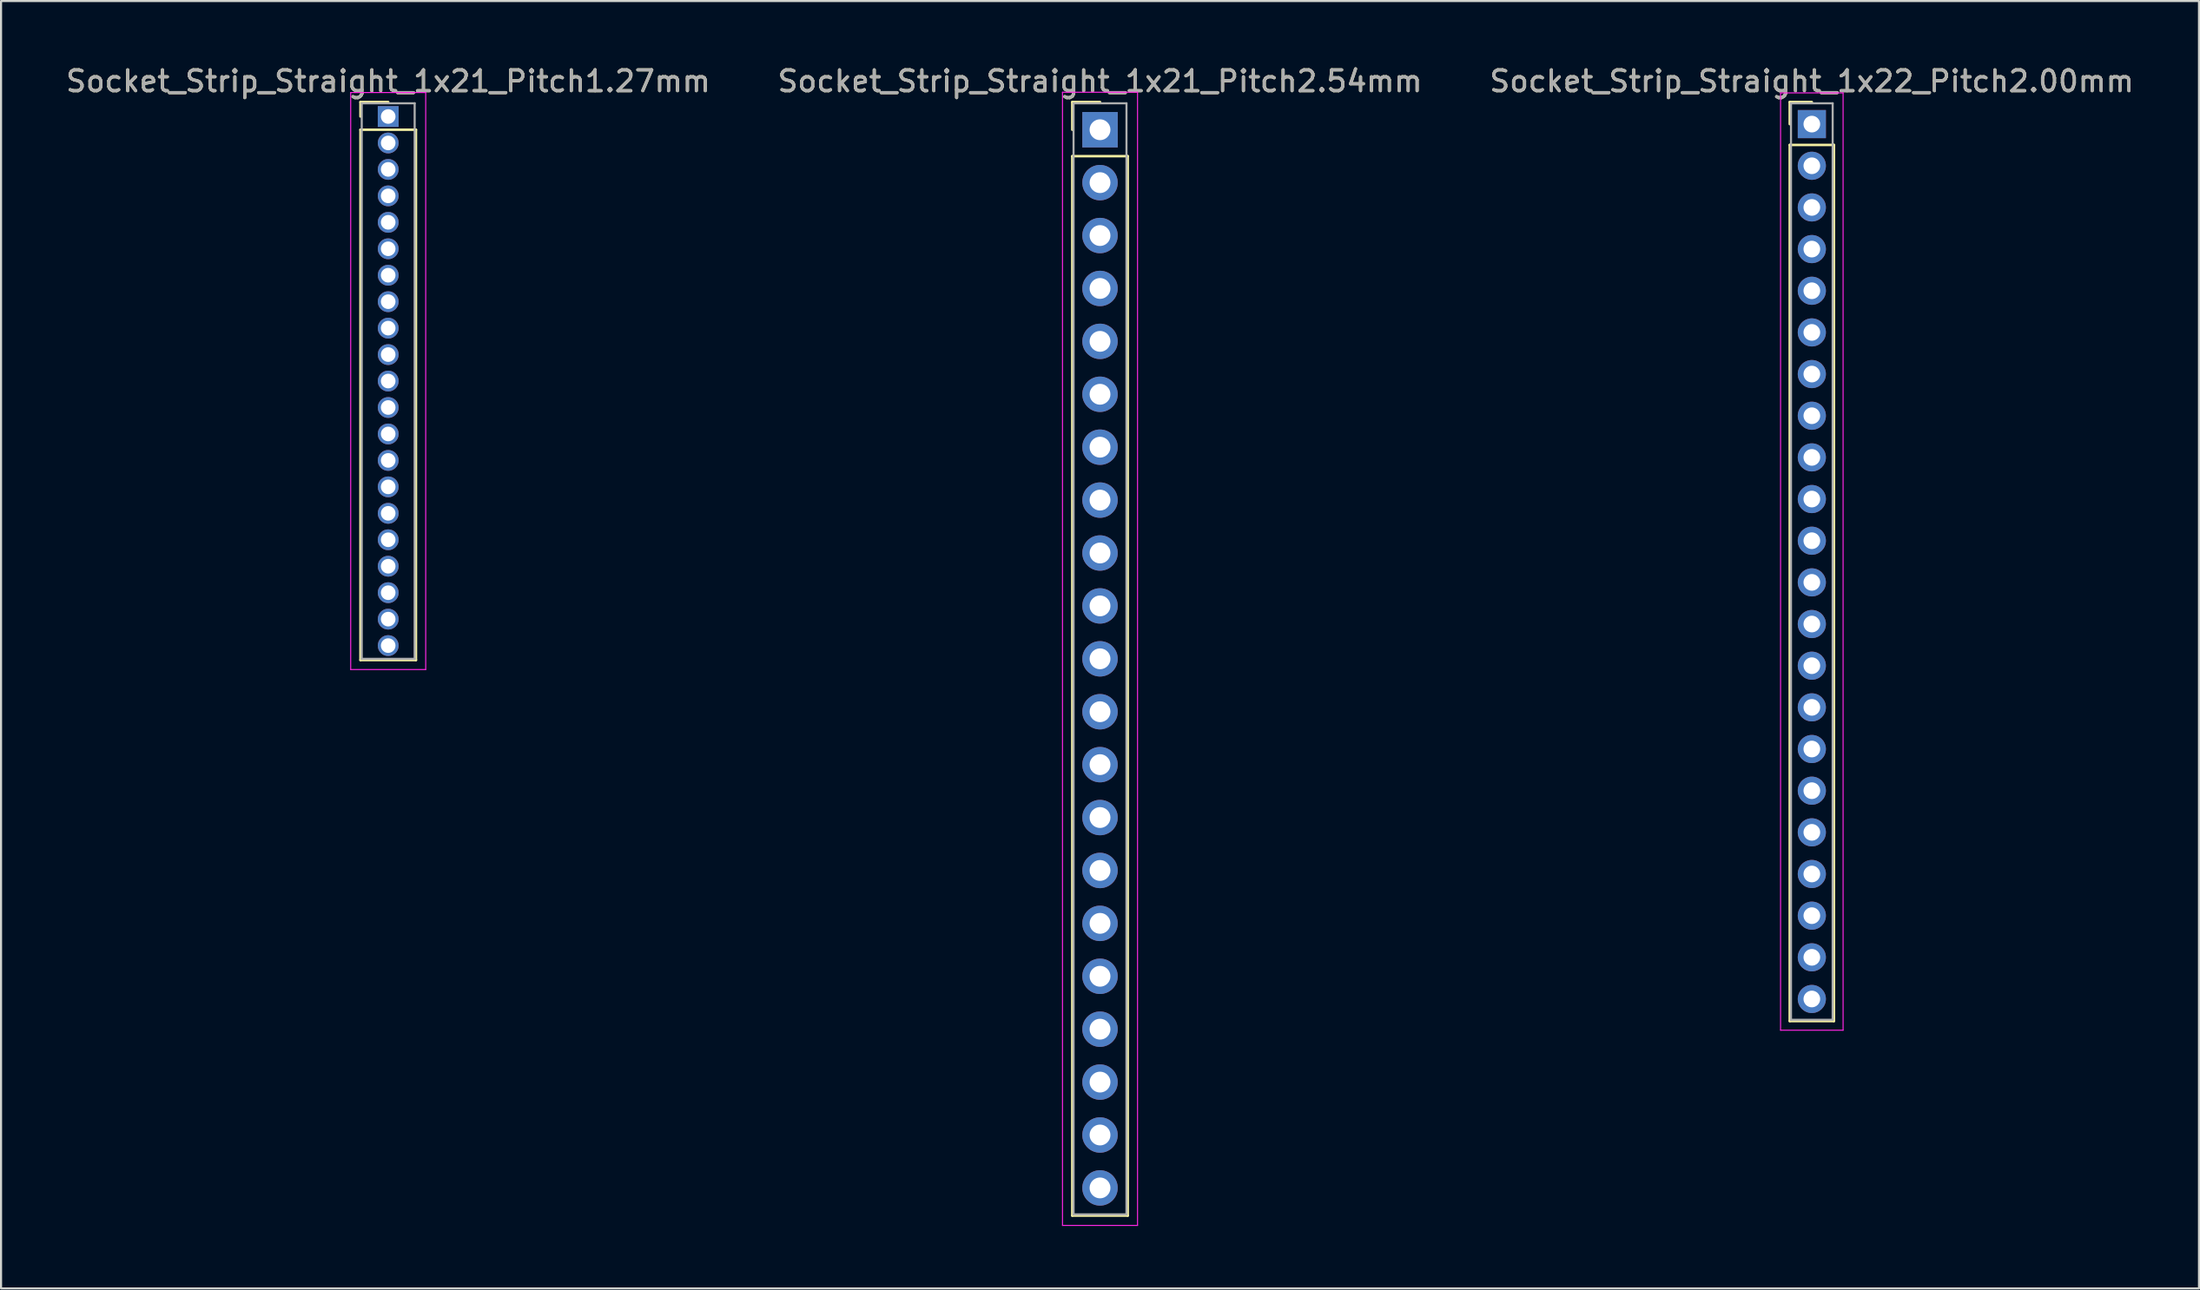
<source format=kicad_pcb>
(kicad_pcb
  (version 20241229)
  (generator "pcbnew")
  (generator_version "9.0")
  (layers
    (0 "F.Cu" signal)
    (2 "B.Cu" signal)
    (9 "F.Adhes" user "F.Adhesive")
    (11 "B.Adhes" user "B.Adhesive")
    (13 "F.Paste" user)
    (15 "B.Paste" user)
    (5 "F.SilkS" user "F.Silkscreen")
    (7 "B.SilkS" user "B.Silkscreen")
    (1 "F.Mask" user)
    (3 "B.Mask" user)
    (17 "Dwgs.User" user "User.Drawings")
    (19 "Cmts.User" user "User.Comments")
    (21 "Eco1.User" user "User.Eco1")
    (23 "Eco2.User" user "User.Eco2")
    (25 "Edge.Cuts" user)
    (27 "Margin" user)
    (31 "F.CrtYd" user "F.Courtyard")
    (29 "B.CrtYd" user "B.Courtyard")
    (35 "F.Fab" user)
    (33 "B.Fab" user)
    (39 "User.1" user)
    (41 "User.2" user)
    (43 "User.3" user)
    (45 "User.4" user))
  (footprint "Socket_Strip_Straight_1x21_Pitch1.27mm"
    (layer "F.Cu")
    (at 15.577 2.543)
    (property "Reference" "Socket_Strip_Straight_1x21_Pitch1.27mm" (at 0 -1.695 0) (layer "F.SilkS") (effects (font (size 1 1) (thickness 0.15))))
    (attr through_hole)
    (fp_line (start -1.33 -0.695) (end 0 -0.695) (stroke (width 0.12) (type solid)) (layer "F.SilkS"))
    (fp_line (start -1.33 0) (end -1.33 -0.695) (stroke (width 0.12) (type solid)) (layer "F.SilkS"))
    (fp_line (start -1.33 0.635) (end -1.33 26.095) (stroke (width 0.12) (type solid)) (layer "F.SilkS"))
    (fp_line (start -1.33 26.095) (end 1.33 26.095) (stroke (width 0.12) (type solid)) (layer "F.SilkS"))
    (fp_line (start 1.33 0.635) (end -1.33 0.635) (stroke (width 0.12) (type solid)) (layer "F.SilkS"))
    (fp_line (start 1.33 26.095) (end 1.33 0.635) (stroke (width 0.12) (type solid)) (layer "F.SilkS"))
    (fp_line (start -1.8 -1.15) (end -1.8 26.55) (stroke (width 0.05) (type solid)) (layer "F.CrtYd"))
    (fp_line (start -1.8 26.55) (end 1.8 26.55) (stroke (width 0.05) (type solid)) (layer "F.CrtYd"))
    (fp_line (start 1.8 -1.15) (end -1.8 -1.15) (stroke (width 0.05) (type solid)) (layer "F.CrtYd"))
    (fp_line (start 1.8 26.55) (end 1.8 -1.15) (stroke (width 0.05) (type solid)) (layer "F.CrtYd"))
    (fp_line (start -1.27 -0.635) (end -1.27 26.035) (stroke (width 0.1) (type solid)) (layer "F.Fab"))
    (fp_line (start -1.27 26.035) (end 1.27 26.035) (stroke (width 0.1) (type solid)) (layer "F.Fab"))
    (fp_line (start 1.27 -0.635) (end -1.27 -0.635) (stroke (width 0.1) (type solid)) (layer "F.Fab"))
    (fp_line (start 1.27 26.035) (end 1.27 -0.635) (stroke (width 0.1) (type solid)) (layer "F.Fab"))
    (fp_text user "${REFERENCE}" (at 0 -1.695 0) (layer "F.Fab") (effects (font (size 1 1) (thickness 0.15))))
    (pad "1" thru_hole rect (at 0 0) (size 1 1) (drill 0.7) (layers "*.Cu" "*.Mask"))
    (pad "2" thru_hole oval (at 0 1.27) (size 1 1) (drill 0.7) (layers "*.Cu" "*.Mask"))
    (pad "3" thru_hole oval (at 0 2.54) (size 1 1) (drill 0.7) (layers "*.Cu" "*.Mask"))
    (pad "4" thru_hole oval (at 0 3.81) (size 1 1) (drill 0.7) (layers "*.Cu" "*.Mask"))
    (pad "5" thru_hole oval (at 0 5.08) (size 1 1) (drill 0.7) (layers "*.Cu" "*.Mask"))
    (pad "6" thru_hole oval (at 0 6.35) (size 1 1) (drill 0.7) (layers "*.Cu" "*.Mask"))
    (pad "7" thru_hole oval (at 0 7.62) (size 1 1) (drill 0.7) (layers "*.Cu" "*.Mask"))
    (pad "8" thru_hole oval (at 0 8.89) (size 1 1) (drill 0.7) (layers "*.Cu" "*.Mask"))
    (pad "9" thru_hole oval (at 0 10.16) (size 1 1) (drill 0.7) (layers "*.Cu" "*.Mask"))
    (pad "10" thru_hole oval (at 0 11.43) (size 1 1) (drill 0.7) (layers "*.Cu" "*.Mask"))
    (pad "11" thru_hole oval (at 0 12.7) (size 1 1) (drill 0.7) (layers "*.Cu" "*.Mask"))
    (pad "12" thru_hole oval (at 0 13.97) (size 1 1) (drill 0.7) (layers "*.Cu" "*.Mask"))
    (pad "13" thru_hole oval (at 0 15.24) (size 1 1) (drill 0.7) (layers "*.Cu" "*.Mask"))
    (pad "14" thru_hole oval (at 0 16.51) (size 1 1) (drill 0.7) (layers "*.Cu" "*.Mask"))
    (pad "15" thru_hole oval (at 0 17.78) (size 1 1) (drill 0.7) (layers "*.Cu" "*.Mask"))
    (pad "16" thru_hole oval (at 0 19.05) (size 1 1) (drill 0.7) (layers "*.Cu" "*.Mask"))
    (pad "17" thru_hole oval (at 0 20.32) (size 1 1) (drill 0.7) (layers "*.Cu" "*.Mask"))
    (pad "18" thru_hole oval (at 0 21.59) (size 1 1) (drill 0.7) (layers "*.Cu" "*.Mask"))
    (pad "19" thru_hole oval (at 0 22.86) (size 1 1) (drill 0.7) (layers "*.Cu" "*.Mask"))
    (pad "20" thru_hole oval (at 0 24.13) (size 1 1) (drill 0.7) (layers "*.Cu" "*.Mask"))
    (pad "21" thru_hole oval (at 0 25.4) (size 1 1) (drill 0.7) (layers "*.Cu" "*.Mask")))
  (footprint "Socket_Strip_Straight_1x21_Pitch2.54mm"
    (layer "F.Cu")
    (at 49.732 3.178)
    (property "Reference" "Socket_Strip_Straight_1x21_Pitch2.54mm" (at 0 -2.33 0) (layer "F.SilkS") (effects (font (size 1 1) (thickness 0.15))))
    (attr through_hole)
    (fp_line (start -1.33 -1.33) (end 0 -1.33) (stroke (width 0.12) (type solid)) (layer "F.SilkS"))
    (fp_line (start -1.33 0) (end -1.33 -1.33) (stroke (width 0.12) (type solid)) (layer "F.SilkS"))
    (fp_line (start -1.33 1.27) (end -1.33 52.13) (stroke (width 0.12) (type solid)) (layer "F.SilkS"))
    (fp_line (start -1.33 52.13) (end 1.33 52.13) (stroke (width 0.12) (type solid)) (layer "F.SilkS"))
    (fp_line (start 1.33 1.27) (end -1.33 1.27) (stroke (width 0.12) (type solid)) (layer "F.SilkS"))
    (fp_line (start 1.33 52.13) (end 1.33 1.27) (stroke (width 0.12) (type solid)) (layer "F.SilkS"))
    (fp_line (start -1.8 -1.8) (end -1.8 52.6) (stroke (width 0.05) (type solid)) (layer "F.CrtYd"))
    (fp_line (start -1.8 52.6) (end 1.8 52.6) (stroke (width 0.05) (type solid)) (layer "F.CrtYd"))
    (fp_line (start 1.8 -1.8) (end -1.8 -1.8) (stroke (width 0.05) (type solid)) (layer "F.CrtYd"))
    (fp_line (start 1.8 52.6) (end 1.8 -1.8) (stroke (width 0.05) (type solid)) (layer "F.CrtYd"))
    (fp_line (start -1.27 -1.27) (end -1.27 52.07) (stroke (width 0.1) (type solid)) (layer "F.Fab"))
    (fp_line (start -1.27 52.07) (end 1.27 52.07) (stroke (width 0.1) (type solid)) (layer "F.Fab"))
    (fp_line (start 1.27 -1.27) (end -1.27 -1.27) (stroke (width 0.1) (type solid)) (layer "F.Fab"))
    (fp_line (start 1.27 52.07) (end 1.27 -1.27) (stroke (width 0.1) (type solid)) (layer "F.Fab"))
    (fp_text user "${REFERENCE}" (at 0 -2.33 0) (layer "F.Fab") (effects (font (size 1 1) (thickness 0.15))))
    (pad "1" thru_hole rect (at 0 0) (size 1.7 1.7) (drill 1) (layers "*.Cu" "*.Mask"))
    (pad "2" thru_hole oval (at 0 2.54) (size 1.7 1.7) (drill 1) (layers "*.Cu" "*.Mask"))
    (pad "3" thru_hole oval (at 0 5.08) (size 1.7 1.7) (drill 1) (layers "*.Cu" "*.Mask"))
    (pad "4" thru_hole oval (at 0 7.62) (size 1.7 1.7) (drill 1) (layers "*.Cu" "*.Mask"))
    (pad "5" thru_hole oval (at 0 10.16) (size 1.7 1.7) (drill 1) (layers "*.Cu" "*.Mask"))
    (pad "6" thru_hole oval (at 0 12.7) (size 1.7 1.7) (drill 1) (layers "*.Cu" "*.Mask"))
    (pad "7" thru_hole oval (at 0 15.24) (size 1.7 1.7) (drill 1) (layers "*.Cu" "*.Mask"))
    (pad "8" thru_hole oval (at 0 17.78) (size 1.7 1.7) (drill 1) (layers "*.Cu" "*.Mask"))
    (pad "9" thru_hole oval (at 0 20.32) (size 1.7 1.7) (drill 1) (layers "*.Cu" "*.Mask"))
    (pad "10" thru_hole oval (at 0 22.86) (size 1.7 1.7) (drill 1) (layers "*.Cu" "*.Mask"))
    (pad "11" thru_hole oval (at 0 25.4) (size 1.7 1.7) (drill 1) (layers "*.Cu" "*.Mask"))
    (pad "12" thru_hole oval (at 0 27.94) (size 1.7 1.7) (drill 1) (layers "*.Cu" "*.Mask"))
    (pad "13" thru_hole oval (at 0 30.48) (size 1.7 1.7) (drill 1) (layers "*.Cu" "*.Mask"))
    (pad "14" thru_hole oval (at 0 33.02) (size 1.7 1.7) (drill 1) (layers "*.Cu" "*.Mask"))
    (pad "15" thru_hole oval (at 0 35.56) (size 1.7 1.7) (drill 1) (layers "*.Cu" "*.Mask"))
    (pad "16" thru_hole oval (at 0 38.1) (size 1.7 1.7) (drill 1) (layers "*.Cu" "*.Mask"))
    (pad "17" thru_hole oval (at 0 40.64) (size 1.7 1.7) (drill 1) (layers "*.Cu" "*.Mask"))
    (pad "18" thru_hole oval (at 0 43.18) (size 1.7 1.7) (drill 1) (layers "*.Cu" "*.Mask"))
    (pad "19" thru_hole oval (at 0 45.72) (size 1.7 1.7) (drill 1) (layers "*.Cu" "*.Mask"))
    (pad "20" thru_hole oval (at 0 48.26) (size 1.7 1.7) (drill 1) (layers "*.Cu" "*.Mask"))
    (pad "21" thru_hole oval (at 0 50.8) (size 1.7 1.7) (drill 1) (layers "*.Cu" "*.Mask")))
  (footprint "Socket_Strip_Straight_1x22_Pitch2.00mm"
    (layer "F.Cu")
    (at 83.887 2.908)
    (property "Reference" "Socket_Strip_Straight_1x22_Pitch2.00mm" (at 0 -2.06 0) (layer "F.SilkS") (effects (font (size 1 1) (thickness 0.15))))
    (attr through_hole)
    (fp_line (start -1.06 -1.06) (end 0 -1.06) (stroke (width 0.12) (type solid)) (layer "F.SilkS"))
    (fp_line (start -1.06 0) (end -1.06 -1.06) (stroke (width 0.12) (type solid)) (layer "F.SilkS"))
    (fp_line (start -1.06 1) (end -1.06 43.06) (stroke (width 0.12) (type solid)) (layer "F.SilkS"))
    (fp_line (start -1.06 43.06) (end 1.06 43.06) (stroke (width 0.12) (type solid)) (layer "F.SilkS"))
    (fp_line (start 1.06 1) (end -1.06 1) (stroke (width 0.12) (type solid)) (layer "F.SilkS"))
    (fp_line (start 1.06 43.06) (end 1.06 1) (stroke (width 0.12) (type solid)) (layer "F.SilkS"))
    (fp_line (start -1.5 -1.5) (end -1.5 43.5) (stroke (width 0.05) (type solid)) (layer "F.CrtYd"))
    (fp_line (start -1.5 43.5) (end 1.5 43.5) (stroke (width 0.05) (type solid)) (layer "F.CrtYd"))
    (fp_line (start 1.5 -1.5) (end -1.5 -1.5) (stroke (width 0.05) (type solid)) (layer "F.CrtYd"))
    (fp_line (start 1.5 43.5) (end 1.5 -1.5) (stroke (width 0.05) (type solid)) (layer "F.CrtYd"))
    (fp_line (start -1 -1) (end -1 43) (stroke (width 0.1) (type solid)) (layer "F.Fab"))
    (fp_line (start -1 43) (end 1 43) (stroke (width 0.1) (type solid)) (layer "F.Fab"))
    (fp_line (start 1 -1) (end -1 -1) (stroke (width 0.1) (type solid)) (layer "F.Fab"))
    (fp_line (start 1 43) (end 1 -1) (stroke (width 0.1) (type solid)) (layer "F.Fab"))
    (fp_text user "${REFERENCE}" (at 0 -2.06 0) (layer "F.Fab") (effects (font (size 1 1) (thickness 0.15))))
    (pad "1" thru_hole rect (at 0 0) (size 1.35 1.35) (drill 0.8) (layers "*.Cu" "*.Mask"))
    (pad "2" thru_hole oval (at 0 2) (size 1.35 1.35) (drill 0.8) (layers "*.Cu" "*.Mask"))
    (pad "3" thru_hole oval (at 0 4) (size 1.35 1.35) (drill 0.8) (layers "*.Cu" "*.Mask"))
    (pad "4" thru_hole oval (at 0 6) (size 1.35 1.35) (drill 0.8) (layers "*.Cu" "*.Mask"))
    (pad "5" thru_hole oval (at 0 8) (size 1.35 1.35) (drill 0.8) (layers "*.Cu" "*.Mask"))
    (pad "6" thru_hole oval (at 0 10) (size 1.35 1.35) (drill 0.8) (layers "*.Cu" "*.Mask"))
    (pad "7" thru_hole oval (at 0 12) (size 1.35 1.35) (drill 0.8) (layers "*.Cu" "*.Mask"))
    (pad "8" thru_hole oval (at 0 14) (size 1.35 1.35) (drill 0.8) (layers "*.Cu" "*.Mask"))
    (pad "9" thru_hole oval (at 0 16) (size 1.35 1.35) (drill 0.8) (layers "*.Cu" "*.Mask"))
    (pad "10" thru_hole oval (at 0 18) (size 1.35 1.35) (drill 0.8) (layers "*.Cu" "*.Mask"))
    (pad "11" thru_hole oval (at 0 20) (size 1.35 1.35) (drill 0.8) (layers "*.Cu" "*.Mask"))
    (pad "12" thru_hole oval (at 0 22) (size 1.35 1.35) (drill 0.8) (layers "*.Cu" "*.Mask"))
    (pad "13" thru_hole oval (at 0 24) (size 1.35 1.35) (drill 0.8) (layers "*.Cu" "*.Mask"))
    (pad "14" thru_hole oval (at 0 26) (size 1.35 1.35) (drill 0.8) (layers "*.Cu" "*.Mask"))
    (pad "15" thru_hole oval (at 0 28) (size 1.35 1.35) (drill 0.8) (layers "*.Cu" "*.Mask"))
    (pad "16" thru_hole oval (at 0 30) (size 1.35 1.35) (drill 0.8) (layers "*.Cu" "*.Mask"))
    (pad "17" thru_hole oval (at 0 32) (size 1.35 1.35) (drill 0.8) (layers "*.Cu" "*.Mask"))
    (pad "18" thru_hole oval (at 0 34) (size 1.35 1.35) (drill 0.8) (layers "*.Cu" "*.Mask"))
    (pad "19" thru_hole oval (at 0 36) (size 1.35 1.35) (drill 0.8) (layers "*.Cu" "*.Mask"))
    (pad "20" thru_hole oval (at 0 38) (size 1.35 1.35) (drill 0.8) (layers "*.Cu" "*.Mask"))
    (pad "21" thru_hole oval (at 0 40) (size 1.35 1.35) (drill 0.8) (layers "*.Cu" "*.Mask"))
    (pad "22" thru_hole oval (at 0 42) (size 1.35 1.35) (drill 0.8) (layers "*.Cu" "*.Mask")))
  (gr_rect
    (start -3 -3)
    (end 102.464 58.803)
    (stroke (width 0.1) (type default))
    (fill no)
    (layer "Edge.Cuts")))
</source>
